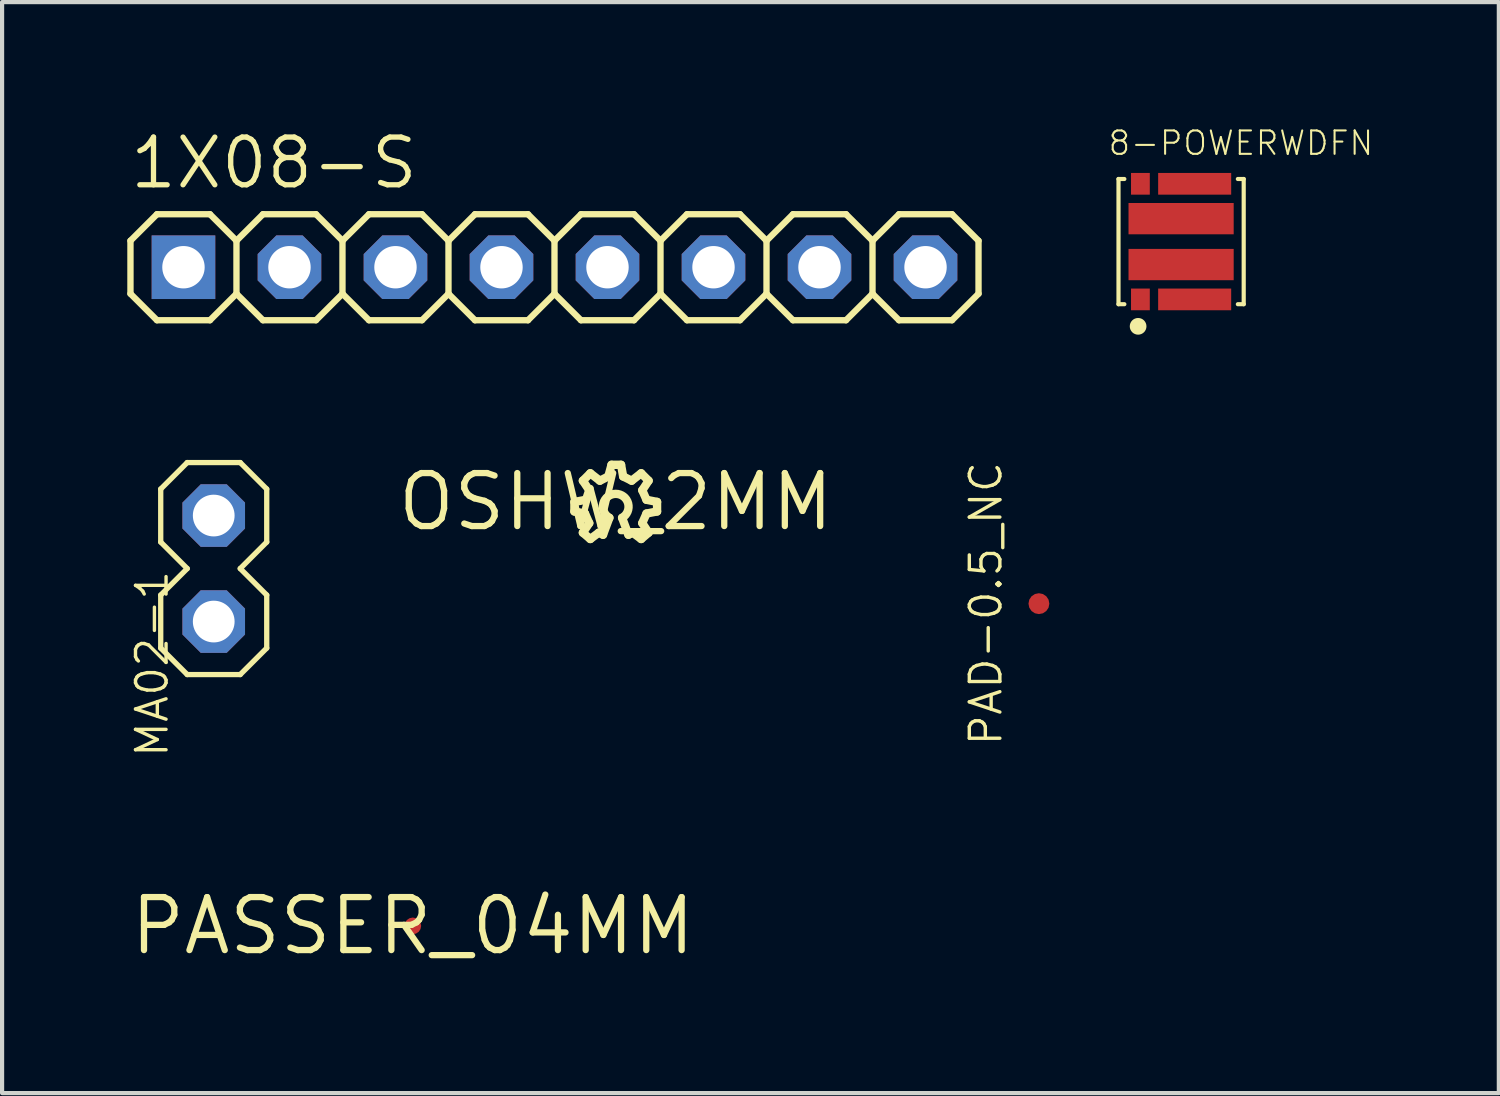
<source format=kicad_pcb>
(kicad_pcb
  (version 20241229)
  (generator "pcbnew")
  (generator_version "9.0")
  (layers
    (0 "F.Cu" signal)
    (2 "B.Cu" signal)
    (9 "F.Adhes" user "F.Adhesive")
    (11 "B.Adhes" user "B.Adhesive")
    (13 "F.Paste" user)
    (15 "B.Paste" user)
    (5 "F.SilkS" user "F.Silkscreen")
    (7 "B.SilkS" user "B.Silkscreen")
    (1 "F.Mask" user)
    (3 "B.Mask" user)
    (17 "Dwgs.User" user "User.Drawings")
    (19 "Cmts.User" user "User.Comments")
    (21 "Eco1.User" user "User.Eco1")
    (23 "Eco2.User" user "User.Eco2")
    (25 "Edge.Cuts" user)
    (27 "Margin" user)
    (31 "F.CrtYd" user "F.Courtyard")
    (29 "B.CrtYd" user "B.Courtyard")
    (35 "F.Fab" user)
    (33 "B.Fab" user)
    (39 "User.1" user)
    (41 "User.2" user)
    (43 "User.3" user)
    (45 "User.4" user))
  (footprint "OSHW_2MM"
    (layer "F.Cu")
    (at 11.703 8.975)
    (property "Reference" "OSHW_2MM" (at 0 0 0) (layer "F.SilkS") (effects (font (size 1.27 1.27) (thickness 0.15))))
    (fp_line (start -0.99 0.001) (end -0.711 -0.05) (stroke (width 0.2) (type solid)) (layer "F.SilkS"))
    (fp_line (start -0.99 0.23) (end -0.99 0.001) (stroke (width 0.2) (type solid)) (layer "F.SilkS"))
    (fp_line (start -0.787 -0.507) (end -0.609 -0.685) (stroke (width 0.2) (type solid)) (layer "F.SilkS"))
    (fp_line (start -0.787 0.738) (end -0.634 0.509) (stroke (width 0.2) (type solid)) (layer "F.SilkS"))
    (fp_line (start -0.736 0.28) (end -0.99 0.23) (stroke (width 0.2) (type solid)) (layer "F.SilkS"))
    (fp_line (start -0.711 -0.05) (end -0.634 -0.278) (stroke (width 0.2) (type solid)) (layer "F.SilkS"))
    (fp_line (start -0.634 -0.278) (end -0.787 -0.507) (stroke (width 0.2) (type solid)) (layer "F.SilkS"))
    (fp_line (start -0.634 0.509) (end -0.736 0.28) (stroke (width 0.2) (type solid)) (layer "F.SilkS"))
    (fp_line (start -0.609 -0.685) (end -0.38 -0.507) (stroke (width 0.2) (type solid)) (layer "F.SilkS"))
    (fp_line (start -0.609 0.89) (end -0.787 0.738) (stroke (width 0.2) (type solid)) (layer "F.SilkS"))
    (fp_line (start -0.406 0.738) (end -0.609 0.89) (stroke (width 0.2) (type solid)) (layer "F.SilkS"))
    (fp_line (start -0.38 -0.507) (end -0.177 -0.609) (stroke (width 0.2) (type solid)) (layer "F.SilkS"))
    (fp_line (start -0.304 0.788) (end -0.406 0.738) (stroke (width 0.2) (type solid)) (layer "F.SilkS"))
    (fp_line (start -0.177 -0.609) (end -0.101 -0.888) (stroke (width 0.2) (type solid)) (layer "F.SilkS"))
    (fp_line (start -0.152 0.382) (end -0.304 0.788) (stroke (width 0.2) (type solid)) (layer "F.SilkS"))
    (fp_line (start -0.101 -0.888) (end 0.128 -0.888) (stroke (width 0.2) (type solid)) (layer "F.SilkS"))
    (fp_line (start 0.128 -0.888) (end 0.178 -0.609) (stroke (width 0.2) (type solid)) (layer "F.SilkS"))
    (fp_line (start 0.178 -0.609) (end 0.382 -0.507) (stroke (width 0.2) (type solid)) (layer "F.SilkS"))
    (fp_line (start 0.305 0.788) (end 0.153 0.382) (stroke (width 0.2) (type solid)) (layer "F.SilkS"))
    (fp_line (start 0.382 -0.507) (end 0.61 -0.685) (stroke (width 0.2) (type solid)) (layer "F.SilkS"))
    (fp_line (start 0.407 0.738) (end 0.305 0.788) (stroke (width 0.2) (type solid)) (layer "F.SilkS"))
    (fp_line (start 0.61 -0.685) (end 0.788 -0.507) (stroke (width 0.2) (type solid)) (layer "F.SilkS"))
    (fp_line (start 0.61 0.89) (end 0.407 0.738) (stroke (width 0.2) (type solid)) (layer "F.SilkS"))
    (fp_line (start 0.636 -0.278) (end 0.737 -0.05) (stroke (width 0.2) (type solid)) (layer "F.SilkS"))
    (fp_line (start 0.636 0.509) (end 0.788 0.738) (stroke (width 0.2) (type solid)) (layer "F.SilkS"))
    (fp_line (start 0.737 -0.05) (end 0.991 0.001) (stroke (width 0.2) (type solid)) (layer "F.SilkS"))
    (fp_line (start 0.737 0.28) (end 0.636 0.509) (stroke (width 0.2) (type solid)) (layer "F.SilkS"))
    (fp_line (start 0.788 -0.507) (end 0.636 -0.278) (stroke (width 0.2) (type solid)) (layer "F.SilkS"))
    (fp_line (start 0.788 0.738) (end 0.61 0.89) (stroke (width 0.2) (type solid)) (layer "F.SilkS"))
    (fp_line (start 0.991 0.001) (end 0.991 0.23) (stroke (width 0.2) (type solid)) (layer "F.SilkS"))
    (fp_line (start 0.991 0.23) (end 0.737 0.28) (stroke (width 0.2) (type solid)) (layer "F.SilkS"))
    (fp_arc (start -0.1518 0.382) (mid 0.0006 -0.191872) (end 0.153 0.382) (stroke (width 0.2) (type solid)) (layer "F.SilkS")))
  (footprint "MA02-1"
    (layer "F.Cu")
    (at 2.071 10.573)
    (property "Reference" "MA02-1" (at -1.905 0 90) (layer "F.SilkS") (effects (font (size 0.732 0.732) (thickness 0.081)) (justify right top)))
    (fp_line (start -1.27 -0.635) (end -1.27 -1.905) (stroke (width 0.127) (type solid)) (layer "F.SilkS"))
    (fp_line (start -1.27 0.635) (end -0.635 0) (stroke (width 0.127) (type solid)) (layer "F.SilkS"))
    (fp_line (start -1.27 1.905) (end -1.27 0.635) (stroke (width 0.127) (type solid)) (layer "F.SilkS"))
    (fp_line (start -0.635 -2.54) (end -1.27 -1.905) (stroke (width 0.127) (type solid)) (layer "F.SilkS"))
    (fp_line (start -0.635 0) (end -1.27 -0.635) (stroke (width 0.127) (type solid)) (layer "F.SilkS"))
    (fp_line (start -0.635 2.54) (end -1.27 1.905) (stroke (width 0.127) (type solid)) (layer "F.SilkS"))
    (fp_line (start 0.635 -2.54) (end -0.635 -2.54) (stroke (width 0.127) (type solid)) (layer "F.SilkS"))
    (fp_line (start 0.635 0) (end 1.27 0.635) (stroke (width 0.127) (type solid)) (layer "F.SilkS"))
    (fp_line (start 0.635 2.54) (end -0.635 2.54) (stroke (width 0.127) (type solid)) (layer "F.SilkS"))
    (fp_line (start 1.27 -1.905) (end 0.635 -2.54) (stroke (width 0.127) (type solid)) (layer "F.SilkS"))
    (fp_line (start 1.27 -1.905) (end 1.27 -0.635) (stroke (width 0.127) (type solid)) (layer "F.SilkS"))
    (fp_line (start 1.27 -0.635) (end 0.635 0) (stroke (width 0.127) (type solid)) (layer "F.SilkS"))
    (fp_line (start 1.27 0.635) (end 1.27 1.905) (stroke (width 0.127) (type solid)) (layer "F.SilkS"))
    (fp_line (start 1.27 1.905) (end 0.635 2.54) (stroke (width 0.127) (type solid)) (layer "F.SilkS"))
    (pad "1" thru_hole roundrect (at 0 -1.27) (size 1.5 1.5) (drill 1) (layers "*.Cu" "*.Mask") (roundrect_rratio 0.25) (chamfer_ratio 0.293) (chamfer top_left top_right bottom_left bottom_right))
    (pad "2" thru_hole roundrect (at 0 1.27) (size 1.5 1.5) (drill 1) (layers "*.Cu" "*.Mask") (roundrect_rratio 0.25) (chamfer_ratio 0.293) (chamfer top_left top_right bottom_left bottom_right)))
  (footprint "1X08-S"
    (layer "F.Cu")
    (at 10.236 3.353)
    (property "Reference" "1X08-S" (at -10.236 -1.829 0) (layer "F.SilkS") (effects (font (size 1.143 1.143) (thickness 0.127)) (justify left bottom)))
    (fp_line (start -10.16 -0.635) (end -10.16 0.635) (stroke (width 0.152) (type solid)) (layer "F.SilkS"))
    (fp_line (start -10.16 0.635) (end -9.525 1.27) (stroke (width 0.152) (type solid)) (layer "F.SilkS"))
    (fp_line (start -9.525 -1.27) (end -10.16 -0.635) (stroke (width 0.152) (type solid)) (layer "F.SilkS"))
    (fp_line (start -9.525 -1.27) (end -8.255 -1.27) (stroke (width 0.152) (type solid)) (layer "F.SilkS"))
    (fp_line (start -8.255 -1.27) (end -7.62 -0.635) (stroke (width 0.152) (type solid)) (layer "F.SilkS"))
    (fp_line (start -8.255 1.27) (end -9.525 1.27) (stroke (width 0.152) (type solid)) (layer "F.SilkS"))
    (fp_line (start -7.62 -0.635) (end -7.62 0.635) (stroke (width 0.152) (type solid)) (layer "F.SilkS"))
    (fp_line (start -7.62 -0.635) (end -6.985 -1.27) (stroke (width 0.152) (type solid)) (layer "F.SilkS"))
    (fp_line (start -7.62 0.635) (end -8.255 1.27) (stroke (width 0.152) (type solid)) (layer "F.SilkS"))
    (fp_line (start -6.985 -1.27) (end -5.715 -1.27) (stroke (width 0.152) (type solid)) (layer "F.SilkS"))
    (fp_line (start -6.985 1.27) (end -7.62 0.635) (stroke (width 0.152) (type solid)) (layer "F.SilkS"))
    (fp_line (start -5.715 -1.27) (end -5.08 -0.635) (stroke (width 0.152) (type solid)) (layer "F.SilkS"))
    (fp_line (start -5.715 1.27) (end -6.985 1.27) (stroke (width 0.152) (type solid)) (layer "F.SilkS"))
    (fp_line (start -5.08 -0.635) (end -5.08 0.635) (stroke (width 0.152) (type solid)) (layer "F.SilkS"))
    (fp_line (start -5.08 -0.635) (end -4.445 -1.27) (stroke (width 0.152) (type solid)) (layer "F.SilkS"))
    (fp_line (start -5.08 0.635) (end -5.715 1.27) (stroke (width 0.152) (type solid)) (layer "F.SilkS"))
    (fp_line (start -4.445 -1.27) (end -3.175 -1.27) (stroke (width 0.152) (type solid)) (layer "F.SilkS"))
    (fp_line (start -4.445 1.27) (end -5.08 0.635) (stroke (width 0.152) (type solid)) (layer "F.SilkS"))
    (fp_line (start -3.175 -1.27) (end -2.54 -0.635) (stroke (width 0.152) (type solid)) (layer "F.SilkS"))
    (fp_line (start -3.175 1.27) (end -4.445 1.27) (stroke (width 0.152) (type solid)) (layer "F.SilkS"))
    (fp_line (start -2.54 -0.635) (end -2.54 0.635) (stroke (width 0.152) (type solid)) (layer "F.SilkS"))
    (fp_line (start -2.54 0.635) (end -3.175 1.27) (stroke (width 0.152) (type solid)) (layer "F.SilkS"))
    (fp_line (start -2.54 0.635) (end -1.905 1.27) (stroke (width 0.152) (type solid)) (layer "F.SilkS"))
    (fp_line (start -1.905 -1.27) (end -2.54 -0.635) (stroke (width 0.152) (type solid)) (layer "F.SilkS"))
    (fp_line (start -1.905 -1.27) (end -0.635 -1.27) (stroke (width 0.152) (type solid)) (layer "F.SilkS"))
    (fp_line (start -0.635 -1.27) (end 0 -0.635) (stroke (width 0.152) (type solid)) (layer "F.SilkS"))
    (fp_line (start -0.635 1.27) (end -1.905 1.27) (stroke (width 0.152) (type solid)) (layer "F.SilkS"))
    (fp_line (start 0 -0.635) (end 0 0.635) (stroke (width 0.152) (type solid)) (layer "F.SilkS"))
    (fp_line (start 0 -0.635) (end 0.635 -1.27) (stroke (width 0.152) (type solid)) (layer "F.SilkS"))
    (fp_line (start 0 0.635) (end -0.635 1.27) (stroke (width 0.152) (type solid)) (layer "F.SilkS"))
    (fp_line (start 0.635 -1.27) (end 1.905 -1.27) (stroke (width 0.152) (type solid)) (layer "F.SilkS"))
    (fp_line (start 0.635 1.27) (end 0 0.635) (stroke (width 0.152) (type solid)) (layer "F.SilkS"))
    (fp_line (start 1.905 -1.27) (end 2.54 -0.635) (stroke (width 0.152) (type solid)) (layer "F.SilkS"))
    (fp_line (start 1.905 1.27) (end 0.635 1.27) (stroke (width 0.152) (type solid)) (layer "F.SilkS"))
    (fp_line (start 2.54 -0.635) (end 2.54 0.635) (stroke (width 0.152) (type solid)) (layer "F.SilkS"))
    (fp_line (start 2.54 -0.635) (end 3.175 -1.27) (stroke (width 0.152) (type solid)) (layer "F.SilkS"))
    (fp_line (start 2.54 0.635) (end 1.905 1.27) (stroke (width 0.152) (type solid)) (layer "F.SilkS"))
    (fp_line (start 3.175 -1.27) (end 4.445 -1.27) (stroke (width 0.152) (type solid)) (layer "F.SilkS"))
    (fp_line (start 3.175 1.27) (end 2.54 0.635) (stroke (width 0.152) (type solid)) (layer "F.SilkS"))
    (fp_line (start 4.445 -1.27) (end 5.08 -0.635) (stroke (width 0.152) (type solid)) (layer "F.SilkS"))
    (fp_line (start 4.445 1.27) (end 3.175 1.27) (stroke (width 0.152) (type solid)) (layer "F.SilkS"))
    (fp_line (start 5.08 -0.635) (end 5.08 0.635) (stroke (width 0.152) (type solid)) (layer "F.SilkS"))
    (fp_line (start 5.08 0.635) (end 4.445 1.27) (stroke (width 0.152) (type solid)) (layer "F.SilkS"))
    (fp_line (start 5.08 0.635) (end 5.715 1.27) (stroke (width 0.152) (type solid)) (layer "F.SilkS"))
    (fp_line (start 5.715 -1.27) (end 5.08 -0.635) (stroke (width 0.152) (type solid)) (layer "F.SilkS"))
    (fp_line (start 5.715 -1.27) (end 6.985 -1.27) (stroke (width 0.152) (type solid)) (layer "F.SilkS"))
    (fp_line (start 6.985 -1.27) (end 7.62 -0.635) (stroke (width 0.152) (type solid)) (layer "F.SilkS"))
    (fp_line (start 6.985 1.27) (end 5.715 1.27) (stroke (width 0.152) (type solid)) (layer "F.SilkS"))
    (fp_line (start 7.62 -0.635) (end 7.62 0.635) (stroke (width 0.152) (type solid)) (layer "F.SilkS"))
    (fp_line (start 7.62 0.635) (end 6.985 1.27) (stroke (width 0.152) (type solid)) (layer "F.SilkS"))
    (fp_line (start 7.62 0.635) (end 8.255 1.27) (stroke (width 0.152) (type solid)) (layer "F.SilkS"))
    (fp_line (start 8.255 -1.27) (end 7.62 -0.635) (stroke (width 0.152) (type solid)) (layer "F.SilkS"))
    (fp_line (start 8.255 -1.27) (end 9.525 -1.27) (stroke (width 0.152) (type solid)) (layer "F.SilkS"))
    (fp_line (start 9.525 -1.27) (end 10.16 -0.635) (stroke (width 0.152) (type solid)) (layer "F.SilkS"))
    (fp_line (start 9.525 1.27) (end 8.255 1.27) (stroke (width 0.152) (type solid)) (layer "F.SilkS"))
    (fp_line (start 10.16 -0.635) (end 10.16 0.635) (stroke (width 0.152) (type solid)) (layer "F.SilkS"))
    (fp_line (start 10.16 0.635) (end 9.525 1.27) (stroke (width 0.152) (type solid)) (layer "F.SilkS"))
    (fp_poly (pts (xy -9.144 0.254) (xy -8.636 0.254) (xy -8.636 -0.254) (xy -9.144 -0.254)) (stroke (width 0.1) (type default)) (fill no) (layer "F.Fab"))
    (fp_poly (pts (xy -6.604 0.254) (xy -6.096 0.254) (xy -6.096 -0.254) (xy -6.604 -0.254)) (stroke (width 0.1) (type default)) (fill no) (layer "F.Fab"))
    (fp_poly (pts (xy -4.064 0.254) (xy -3.556 0.254) (xy -3.556 -0.254) (xy -4.064 -0.254)) (stroke (width 0.1) (type default)) (fill no) (layer "F.Fab"))
    (fp_poly (pts (xy -1.524 0.254) (xy -1.016 0.254) (xy -1.016 -0.254) (xy -1.524 -0.254)) (stroke (width 0.1) (type default)) (fill no) (layer "F.Fab"))
    (fp_poly (pts (xy 1.016 0.254) (xy 1.524 0.254) (xy 1.524 -0.254) (xy 1.016 -0.254)) (stroke (width 0.1) (type default)) (fill no) (layer "F.Fab"))
    (fp_poly (pts (xy 3.556 0.254) (xy 4.064 0.254) (xy 4.064 -0.254) (xy 3.556 -0.254)) (stroke (width 0.1) (type default)) (fill no) (layer "F.Fab"))
    (fp_poly (pts (xy 6.096 0.254) (xy 6.604 0.254) (xy 6.604 -0.254) (xy 6.096 -0.254)) (stroke (width 0.1) (type default)) (fill no) (layer "F.Fab"))
    (fp_poly (pts (xy 8.636 0.254) (xy 9.144 0.254) (xy 9.144 -0.254) (xy 8.636 -0.254)) (stroke (width 0.1) (type default)) (fill no) (layer "F.Fab"))
    (pad "1" thru_hole rect (at -8.89 0) (size 1.524 1.524) (drill 1.016) (layers "*.Cu" "*.Mask"))
    (pad "2" thru_hole roundrect (at -6.35 0) (size 1.524 1.524) (drill 1.016) (layers "*.Cu" "*.Mask") (roundrect_rratio 0.25) (chamfer_ratio 0.293) (chamfer top_left top_right bottom_left bottom_right))
    (pad "3" thru_hole roundrect (at -3.81 0) (size 1.524 1.524) (drill 1.016) (layers "*.Cu" "*.Mask") (roundrect_rratio 0.25) (chamfer_ratio 0.293) (chamfer top_left top_right bottom_left bottom_right))
    (pad "4" thru_hole roundrect (at -1.27 0) (size 1.524 1.524) (drill 1.016) (layers "*.Cu" "*.Mask") (roundrect_rratio 0.25) (chamfer_ratio 0.293) (chamfer top_left top_right bottom_left bottom_right))
    (pad "5" thru_hole roundrect (at 1.27 0) (size 1.524 1.524) (drill 1.016) (layers "*.Cu" "*.Mask") (roundrect_rratio 0.25) (chamfer_ratio 0.293) (chamfer top_left top_right bottom_left bottom_right))
    (pad "6" thru_hole roundrect (at 3.81 0) (size 1.524 1.524) (drill 1.016) (layers "*.Cu" "*.Mask") (roundrect_rratio 0.25) (chamfer_ratio 0.293) (chamfer top_left top_right bottom_left bottom_right))
    (pad "7" thru_hole roundrect (at 6.35 0) (size 1.524 1.524) (drill 1.016) (layers "*.Cu" "*.Mask") (roundrect_rratio 0.25) (chamfer_ratio 0.293) (chamfer top_left top_right bottom_left bottom_right))
    (pad "8" thru_hole roundrect (at 8.89 0) (size 1.524 1.524) (drill 1.016) (layers "*.Cu" "*.Mask") (roundrect_rratio 0.25) (chamfer_ratio 0.293) (chamfer top_left top_right bottom_left bottom_right)))
  (footprint "8-POWERWDFN"
    (layer "F.Cu")
    (at 25.25 2.739)
    (property "Reference" "8-POWERWDFN" (at -1.778 -2.032 0) (layer "F.SilkS") (effects (font (size 0.561 0.561) (thickness 0.049)) (justify left bottom)))
    (fp_line (start -1.5 -1.5) (end -1.36 -1.5) (stroke (width 0.1) (type solid)) (layer "F.SilkS"))
    (fp_line (start -1.5 1.5) (end -1.5 -1.5) (stroke (width 0.1) (type solid)) (layer "F.SilkS"))
    (fp_line (start -1.5 1.5) (end -1.36 1.5) (stroke (width 0.1) (type solid)) (layer "F.SilkS"))
    (fp_line (start 1.36 -1.5) (end 1.5 -1.5) (stroke (width 0.1) (type solid)) (layer "F.SilkS"))
    (fp_line (start 1.36 1.5) (end 1.5 1.5) (stroke (width 0.1) (type solid)) (layer "F.SilkS"))
    (fp_line (start 1.5 -1.5) (end 1.5 1.5) (stroke (width 0.1) (type solid)) (layer "F.SilkS"))
    (fp_circle (center -1.03 2.03) (end -0.93 2.03) (stroke (width 0.2) (type solid)) (fill yes) (layer "F.SilkS"))
    (pad "P$1" smd rect (at -0.975 1.385) (size 0.45 0.52) (layers "F.Cu" "F.Mask" "F.Paste"))
    (pad "P$4" smd rect (at 0.325 1.385) (size 1.75 0.52) (layers "F.Cu" "F.Mask" "F.Paste"))
    (pad "P$5" smd rect (at 0.325 -1.385) (size 1.75 0.52) (layers "F.Cu" "F.Mask" "F.Paste"))
    (pad "P$8" smd rect (at -0.975 -1.385 180) (size 0.45 0.52) (layers "F.Cu" "F.Mask" "F.Paste"))
    (pad "P$D1" smd rect (at 0 0.55) (size 2.52 0.75) (layers "F.Cu" "F.Mask" "F.Paste"))
    (pad "P$D2" smd rect (at 0 -0.55) (size 2.52 0.75) (layers "F.Cu" "F.Mask" "F.Paste")))
  (footprint "PASSER_04MM"
    (layer "F.Cu")
    (at 6.841 19.135)
    (property "Reference" "PASSER_04MM" (at 0 0 0) (layer "F.SilkS") (effects (font (size 1.27 1.27) (thickness 0.15))))
    (fp_circle (center 0 0) (end 0.1 0) (stroke (width 0.6) (type solid)) (fill no) (layer "F.Mask"))
    (pad "X" smd roundrect (at 0 0) (size 0.4 0.4) (layers "F.Cu") (roundrect_rratio 0.5))
    (zone (net_name "") (layer "F.Cu") (hatch edge 0.5) (connect_pads) (min_thickness 0.25) (filled_areas_thickness no) (keepout (tracks not_allowed) (vias not_allowed) (pads not_allowed) (copperpour not_allowed) (footprints allowed)) (placement (enabled no)) (fill) (polygon (pts (xy 7.305 19.135) (xy 7.284 18.999) (xy 7.224 18.874) (xy 7.13 18.773) (xy 7.01 18.704) (xy 6.876 18.673) (xy 6.738 18.683) (xy 6.609 18.734) (xy 6.501 18.82) (xy 6.423 18.934) (xy 6.383 19.066) (xy 6.383 19.204) (xy 6.423 19.336) (xy 6.501 19.45) (xy 6.609 19.537) (xy 6.738 19.587) (xy 6.876 19.597) (xy 7.01 19.567) (xy 7.13 19.498) (xy 7.224 19.396) (xy 7.284 19.272))) (polygon (pts (xy 7.178 19.135) (xy 7.157 19.02) (xy 7.099 18.919) (xy 7.009 18.844) (xy 6.9 18.804) (xy 6.783 18.804) (xy 6.673 18.844) (xy 6.583 18.919) (xy 6.525 19.02) (xy 6.505 19.135) (xy 6.525 19.25) (xy 6.583 19.351) (xy 6.673 19.427) (xy 6.783 19.467) (xy 6.9 19.467) (xy 7.009 19.427) (xy 7.099 19.351) (xy 7.157 19.25)))))
  (footprint "PAD-0.5_NC"
    (layer "F.Cu")
    (at 21.843 11.414)
    (property "Reference" "PAD-0.5_NC" (at -1.27 0 90) (layer "F.SilkS") (effects (font (size 0.732 0.732) (thickness 0.081))))
    (pad "1" smd roundrect (at 0 0) (size 0.5 0.5) (layers "F.Cu" "F.Mask") (roundrect_rratio 0.5)))
  (gr_rect
    (start -3 -3)
    (end 32.863 23.141)
    (stroke (width 0.1) (type default))
    (fill no)
    (layer "Edge.Cuts")))
</source>
